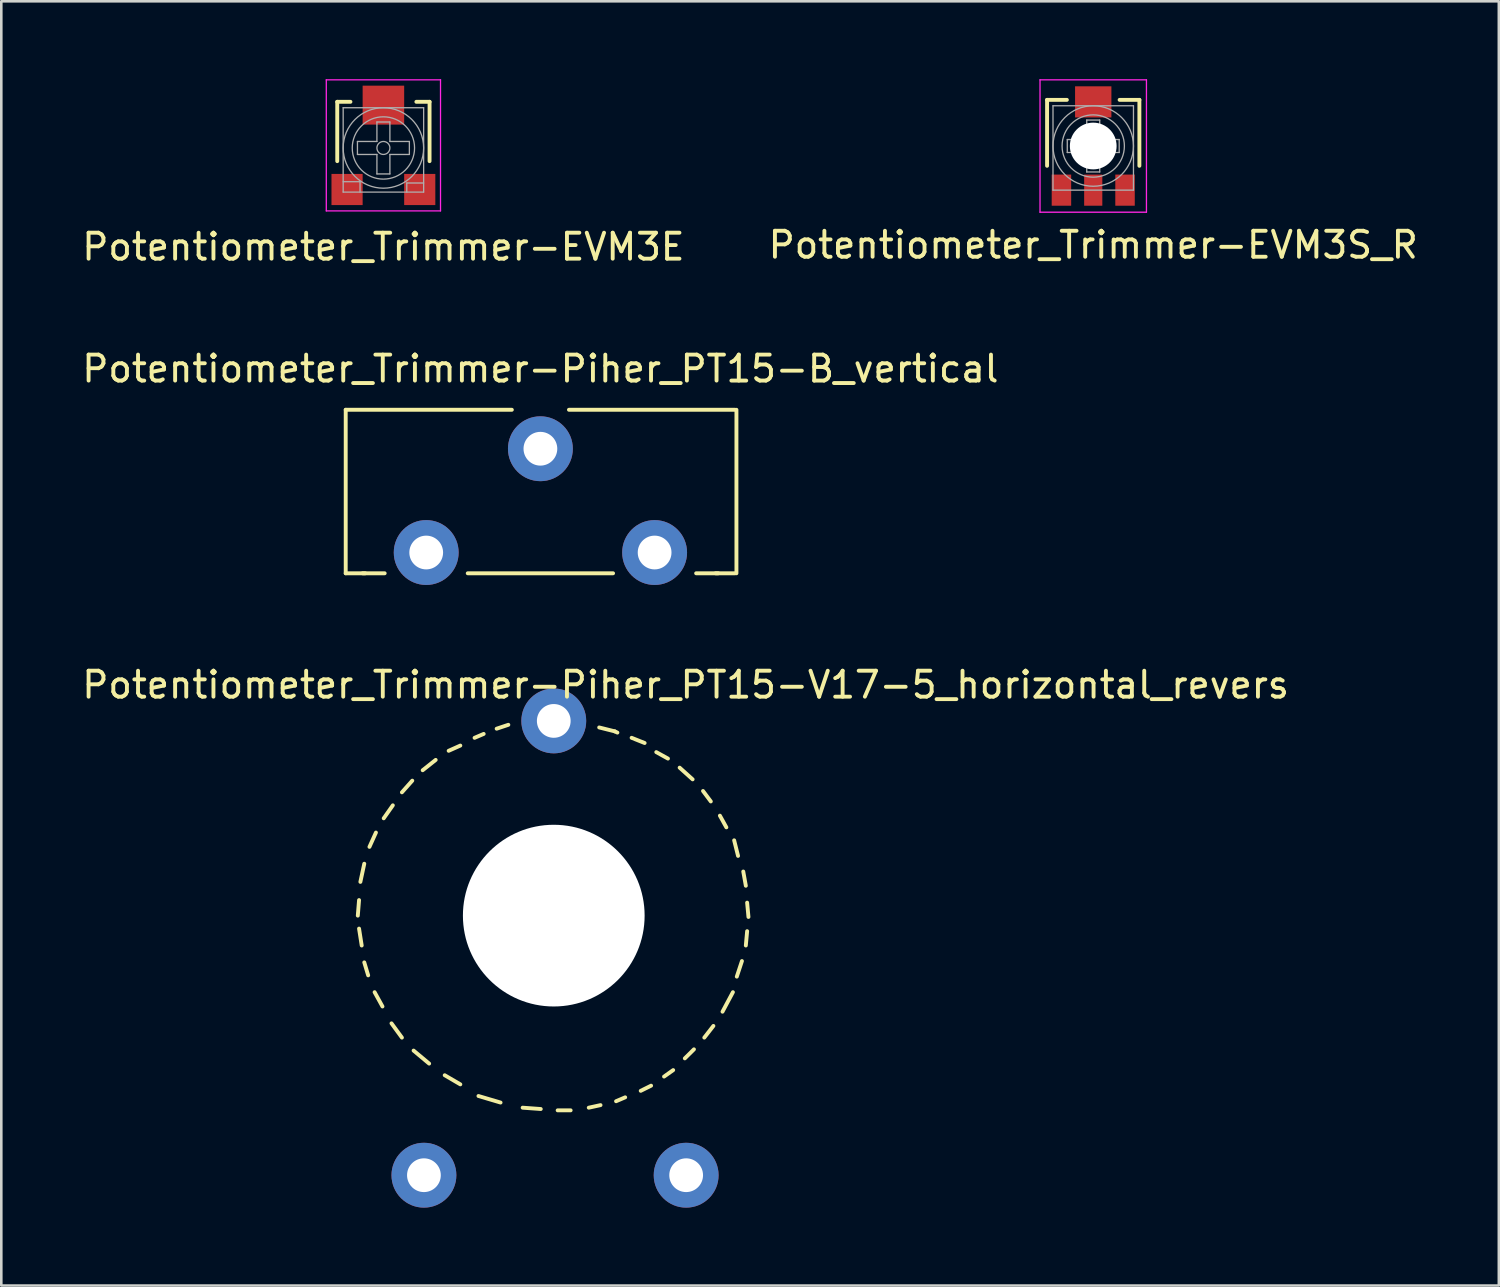
<source format=kicad_pcb>
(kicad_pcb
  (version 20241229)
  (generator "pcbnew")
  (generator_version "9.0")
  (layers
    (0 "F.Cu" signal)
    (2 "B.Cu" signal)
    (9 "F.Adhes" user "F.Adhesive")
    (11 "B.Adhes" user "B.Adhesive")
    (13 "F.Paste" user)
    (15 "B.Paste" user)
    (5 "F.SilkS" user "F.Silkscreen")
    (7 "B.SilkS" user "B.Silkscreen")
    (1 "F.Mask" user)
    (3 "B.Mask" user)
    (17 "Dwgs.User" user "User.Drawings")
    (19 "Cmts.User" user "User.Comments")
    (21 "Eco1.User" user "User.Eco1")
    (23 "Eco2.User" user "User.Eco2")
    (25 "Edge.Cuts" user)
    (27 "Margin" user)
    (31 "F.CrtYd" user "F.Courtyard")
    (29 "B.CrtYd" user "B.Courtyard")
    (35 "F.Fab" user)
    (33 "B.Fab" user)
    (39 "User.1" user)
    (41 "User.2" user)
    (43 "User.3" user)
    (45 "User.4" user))
  (footprint "Potentiometer_Trimmer-Piher_PT15-B_vertical"
    (layer "F.Cu")
    (at 13.369 18.235)
    (property "Reference" "Potentiometer_Trimmer-Piher_PT15-B_vertical" (at 4.399 -7.079 0) (layer "F.SilkS") (effects (font (size 1 1) (thickness 0.15))))
    (attr through_hole)
    (fp_line (start -3.101 -5.499) (end -3.101 0.8) (stroke (width 0.15) (type solid)) (layer "F.SilkS"))
    (fp_line (start -3.101 0.8) (end -2.349 0.8) (stroke (width 0.15) (type solid)) (layer "F.SilkS"))
    (fp_line (start -2.451 0.8) (end -1.6 0.8) (stroke (width 0.15) (type solid)) (layer "F.SilkS"))
    (fp_line (start 3.299 -5.499) (end -3.101 -5.499) (stroke (width 0.15) (type solid)) (layer "F.SilkS"))
    (fp_line (start 7.198 0.8) (end 1.6 0.8) (stroke (width 0.15) (type solid)) (layer "F.SilkS"))
    (fp_line (start 11.148 0.8) (end 11.9 0.8) (stroke (width 0.15) (type solid)) (layer "F.SilkS"))
    (fp_line (start 11.25 0.8) (end 10.399 0.8) (stroke (width 0.15) (type solid)) (layer "F.SilkS"))
    (fp_line (start 11.9 -5.499) (end 5.499 -5.499) (stroke (width 0.15) (type solid)) (layer "F.SilkS"))
    (fp_line (start 11.951 0.8) (end 11.951 -5.499) (stroke (width 0.15) (type solid)) (layer "F.SilkS"))
    (pad "1" thru_hole circle (at 0 0) (size 2.499 2.499) (drill 1.3) (layers "*.Cu" "*.Mask"))
    (pad "2" thru_hole circle (at 4.399 -3.998) (size 2.499 2.499) (drill 1.3) (layers "*.Cu" "*.Mask"))
    (pad "3" thru_hole circle (at 8.799 0) (size 2.499 2.499) (drill 1.3) (layers "*.Cu" "*.Mask")))
  (footprint "Potentiometer_Trimmer-EVM3S_R"
    (layer "F.Cu")
    (at 39.065 2.575)
    (property "Reference" "Potentiometer_Trimmer-EVM3S_R" (at 0 3.81 0) (layer "F.SilkS") (effects (font (size 1 1) (thickness 0.15))))
    (attr smd)
    (fp_line (start -1.778 -1.778) (end -1.016 -1.778) (stroke (width 0.15) (type solid)) (layer "F.SilkS"))
    (fp_line (start -1.778 0.762) (end -1.778 -1.778) (stroke (width 0.15) (type solid)) (layer "F.SilkS"))
    (fp_line (start 1.016 -1.778) (end 1.778 -1.778) (stroke (width 0.15) (type solid)) (layer "F.SilkS"))
    (fp_line (start 1.778 -1.778) (end 1.778 0.762) (stroke (width 0.15) (type solid)) (layer "F.SilkS"))
    (fp_line (start -2.05 -2.55) (end 2.05 -2.55) (stroke (width 0.05) (type solid)) (layer "F.CrtYd"))
    (fp_line (start -2.05 2.55) (end -2.05 -2.55) (stroke (width 0.05) (type solid)) (layer "F.CrtYd"))
    (fp_line (start 2.05 -2.55) (end 2.05 2.55) (stroke (width 0.05) (type solid)) (layer "F.CrtYd"))
    (fp_line (start 2.05 2.55) (end -2.05 2.55) (stroke (width 0.05) (type solid)) (layer "F.CrtYd"))
    (fp_line (start -1.55 -1.55) (end 1.55 -1.55) (stroke (width 0.05) (type solid)) (layer "F.Fab"))
    (fp_line (start -1.55 1.7) (end -1.55 -1.55) (stroke (width 0.05) (type solid)) (layer "F.Fab"))
    (fp_line (start -1 -0.25) (end -0.25 -0.25) (stroke (width 0.05) (type solid)) (layer "F.Fab"))
    (fp_line (start -1 0.25) (end -1 -0.25) (stroke (width 0.05) (type solid)) (layer "F.Fab"))
    (fp_line (start -0.25 -1) (end 0.25 -1) (stroke (width 0.05) (type solid)) (layer "F.Fab"))
    (fp_line (start -0.25 -0.25) (end -0.25 -1) (stroke (width 0.05) (type solid)) (layer "F.Fab"))
    (fp_line (start -0.25 0.25) (end -1 0.25) (stroke (width 0.05) (type solid)) (layer "F.Fab"))
    (fp_line (start -0.25 1) (end -0.25 0.25) (stroke (width 0.05) (type solid)) (layer "F.Fab"))
    (fp_line (start 0.25 -1) (end 0.25 -0.25) (stroke (width 0.05) (type solid)) (layer "F.Fab"))
    (fp_line (start 0.25 -0.25) (end 1 -0.25) (stroke (width 0.05) (type solid)) (layer "F.Fab"))
    (fp_line (start 0.25 0.25) (end 0.25 1) (stroke (width 0.05) (type solid)) (layer "F.Fab"))
    (fp_line (start 0.25 1) (end -0.25 1) (stroke (width 0.05) (type solid)) (layer "F.Fab"))
    (fp_line (start 1 -0.25) (end 1 0.25) (stroke (width 0.05) (type solid)) (layer "F.Fab"))
    (fp_line (start 1 0.25) (end 0.25 0.25) (stroke (width 0.05) (type solid)) (layer "F.Fab"))
    (fp_line (start 1.55 -1.55) (end 1.55 1.7) (stroke (width 0.05) (type solid)) (layer "F.Fab"))
    (fp_line (start 1.55 1.7) (end -1.55 1.7) (stroke (width 0.05) (type solid)) (layer "F.Fab"))
    (fp_circle (center 0 0) (end 0 -1.55) (stroke (width 0.05) (type solid)) (fill no) (layer "F.Fab"))
    (fp_circle (center 0 0) (end 0 -1.2) (stroke (width 0.05) (type solid)) (fill no) (layer "F.Fab"))
    (fp_circle (center 0 0) (end 0 -0.25) (stroke (width 0.05) (type solid)) (fill no) (layer "F.Fab"))
    (pad "" smd rect (at 0 -1.7) (size 1.4 1.2) (layers "F.Cu" "F.Mask" "F.Paste"))
    (pad "" np_thru_hole circle (at 0 0) (size 1.8 1.8) (drill 1.8) (layers "*.Cu" "*.Mask"))
    (pad "1" smd rect (at -1.225 1.7) (size 0.75 1.2) (layers "F.Cu" "F.Mask" "F.Paste"))
    (pad "2" smd rect (at 0 1.7) (size 0.7 1.2) (layers "F.Cu" "F.Mask" "F.Paste"))
    (pad "3" smd rect (at 1.225 1.7) (size 0.75 1.2) (layers "F.Cu" "F.Mask" "F.Paste")))
  (footprint "Potentiometer_Trimmer-EVM3E"
    (layer "F.Cu")
    (at 11.72 2.625)
    (property "Reference" "Potentiometer_Trimmer-EVM3E" (at 0 3.835 0) (layer "F.SilkS") (effects (font (size 1 1) (thickness 0.15))))
    (attr smd)
    (fp_line (start -1.778 -1.753) (end -1.27 -1.753) (stroke (width 0.15) (type solid)) (layer "F.SilkS"))
    (fp_line (start -1.778 0.533) (end -1.778 -1.753) (stroke (width 0.15) (type solid)) (layer "F.SilkS"))
    (fp_line (start 1.27 -1.753) (end 1.778 -1.753) (stroke (width 0.15) (type solid)) (layer "F.SilkS"))
    (fp_line (start 1.778 -1.753) (end 1.778 0.533) (stroke (width 0.15) (type solid)) (layer "F.SilkS"))
    (fp_line (start -2.2 -2.6) (end 2.2 -2.6) (stroke (width 0.05) (type solid)) (layer "F.CrtYd"))
    (fp_line (start -2.2 2.45) (end -2.2 -2.6) (stroke (width 0.05) (type solid)) (layer "F.CrtYd"))
    (fp_line (start 2.2 -2.6) (end 2.2 2.45) (stroke (width 0.05) (type solid)) (layer "F.CrtYd"))
    (fp_line (start 2.2 2.45) (end -2.2 2.45) (stroke (width 0.05) (type solid)) (layer "F.CrtYd"))
    (fp_line (start -1.55 -1.525) (end 1.55 -1.525) (stroke (width 0.05) (type solid)) (layer "F.Fab"))
    (fp_line (start -1.55 1.325) (end -0.9 1.325) (stroke (width 0.05) (type solid)) (layer "F.Fab"))
    (fp_line (start -1.55 1.725) (end -1.55 -1.525) (stroke (width 0.05) (type solid)) (layer "F.Fab"))
    (fp_line (start -1 -0.225) (end -0.25 -0.225) (stroke (width 0.05) (type solid)) (layer "F.Fab"))
    (fp_line (start -1 0.275) (end -1 -0.225) (stroke (width 0.05) (type solid)) (layer "F.Fab"))
    (fp_line (start -0.9 1.325) (end -0.9 1.725) (stroke (width 0.05) (type solid)) (layer "F.Fab"))
    (fp_line (start -0.25 -0.975) (end 0.25 -0.975) (stroke (width 0.05) (type solid)) (layer "F.Fab"))
    (fp_line (start -0.25 -0.225) (end -0.25 -0.975) (stroke (width 0.05) (type solid)) (layer "F.Fab"))
    (fp_line (start -0.25 0.275) (end -1 0.275) (stroke (width 0.05) (type solid)) (layer "F.Fab"))
    (fp_line (start -0.25 1.025) (end -0.25 0.275) (stroke (width 0.05) (type solid)) (layer "F.Fab"))
    (fp_line (start 0.25 -0.975) (end 0.25 -0.225) (stroke (width 0.05) (type solid)) (layer "F.Fab"))
    (fp_line (start 0.25 -0.225) (end 1 -0.225) (stroke (width 0.05) (type solid)) (layer "F.Fab"))
    (fp_line (start 0.25 0.275) (end 0.25 1.025) (stroke (width 0.05) (type solid)) (layer "F.Fab"))
    (fp_line (start 0.25 1.025) (end -0.25 1.025) (stroke (width 0.05) (type solid)) (layer "F.Fab"))
    (fp_line (start 0.9 1.375) (end 0.9 1.725) (stroke (width 0.05) (type solid)) (layer "F.Fab"))
    (fp_line (start 1 -0.225) (end 1 0.275) (stroke (width 0.05) (type solid)) (layer "F.Fab"))
    (fp_line (start 1 0.275) (end 0.25 0.275) (stroke (width 0.05) (type solid)) (layer "F.Fab"))
    (fp_line (start 1.55 -1.525) (end 1.55 1.725) (stroke (width 0.05) (type solid)) (layer "F.Fab"))
    (fp_line (start 1.55 1.375) (end 0.9 1.375) (stroke (width 0.05) (type solid)) (layer "F.Fab"))
    (fp_line (start 1.55 1.725) (end -1.55 1.725) (stroke (width 0.05) (type solid)) (layer "F.Fab"))
    (fp_circle (center 0 0.025) (end 0 -1.525) (stroke (width 0.05) (type solid)) (fill no) (layer "F.Fab"))
    (fp_circle (center 0 0.025) (end 0 -1.175) (stroke (width 0.05) (type solid)) (fill no) (layer "F.Fab"))
    (fp_circle (center 0 0.025) (end 0 -0.225) (stroke (width 0.05) (type solid)) (fill no) (layer "F.Fab"))
    (pad "1" smd rect (at -1.4 1.625) (size 1.2 1.2) (layers "F.Cu" "F.Mask" "F.Paste"))
    (pad "2" smd rect (at 0 -1.625) (size 1.6 1.5) (layers "F.Cu" "F.Mask" "F.Paste"))
    (pad "3" smd rect (at 1.4 1.625) (size 1.2 1.2) (layers "F.Cu" "F.Mask" "F.Paste")))
  (footprint "Potentiometer_Trimmer-Piher_PT15-V17-5_horizontal_revers"
    (layer "F.Cu")
    (at 23.383 42.223)
    (property "Reference" "Potentiometer_Trimmer-Piher_PT15-V17-5_horizontal_revers" (at -0.02 -18.89 0) (layer "F.SilkS") (effects (font (size 1 1) (thickness 0.15))))
    (attr through_hole)
    (fp_line (start -12.649 -10) (end -12.601 -10.599) (stroke (width 0.15) (type solid)) (layer "F.SilkS"))
    (fp_line (start -12.55 -11.3) (end -12.4 -11.999) (stroke (width 0.15) (type solid)) (layer "F.SilkS"))
    (fp_line (start -12.499 -8.849) (end -12.601 -9.5) (stroke (width 0.15) (type solid)) (layer "F.SilkS"))
    (fp_line (start -12.25 -7.699) (end -12.4 -8.199) (stroke (width 0.15) (type solid)) (layer "F.SilkS"))
    (fp_line (start -12.2 -12.649) (end -11.951 -13.2) (stroke (width 0.15) (type solid)) (layer "F.SilkS"))
    (fp_line (start -11.699 -6.5) (end -12.002 -7.051) (stroke (width 0.15) (type solid)) (layer "F.SilkS"))
    (fp_line (start -11.651 -13.749) (end -11.3 -14.249) (stroke (width 0.15) (type solid)) (layer "F.SilkS"))
    (fp_line (start -10.95 -14.75) (end -10.551 -15.199) (stroke (width 0.15) (type solid)) (layer "F.SilkS"))
    (fp_line (start -10.95 -5.301) (end -11.351 -5.85) (stroke (width 0.15) (type solid)) (layer "F.SilkS"))
    (fp_line (start -10.15 -15.601) (end -9.649 -15.999) (stroke (width 0.15) (type solid)) (layer "F.SilkS"))
    (fp_line (start -9.901 -4.3) (end -10.5 -4.801) (stroke (width 0.15) (type solid)) (layer "F.SilkS"))
    (fp_line (start -9.149 -16.35) (end -8.7 -16.551) (stroke (width 0.15) (type solid)) (layer "F.SilkS"))
    (fp_line (start -8.7 -3.5) (end -9.301 -3.851) (stroke (width 0.15) (type solid)) (layer "F.SilkS"))
    (fp_line (start -8.151 -16.85) (end -7.8 -17) (stroke (width 0.15) (type solid)) (layer "F.SilkS"))
    (fp_line (start -7.3 -17.201) (end -6.85 -17.351) (stroke (width 0.15) (type solid)) (layer "F.SilkS"))
    (fp_line (start -7.15 -2.799) (end -8.001 -3.051) (stroke (width 0.15) (type solid)) (layer "F.SilkS"))
    (fp_line (start -6.101 -10) (end -5.85 -10) (stroke (width 0.15) (type solid)) (layer "F.SilkS"))
    (fp_line (start -5.601 -2.55) (end -6.299 -2.601) (stroke (width 0.15) (type solid)) (layer "F.SilkS"))
    (fp_line (start -5.4 -10) (end -4.801 -10) (stroke (width 0.15) (type solid)) (layer "F.SilkS"))
    (fp_line (start -5.151 -11.001) (end -5.1 -10.599) (stroke (width 0.15) (type solid)) (layer "F.SilkS"))
    (fp_line (start -5.1 -9.55) (end -5.1 -8.999) (stroke (width 0.15) (type solid)) (layer "F.SilkS"))
    (fp_line (start -4.45 -2.499) (end -4.95 -2.499) (stroke (width 0.15) (type solid)) (layer "F.SilkS"))
    (fp_line (start -4.399 -10) (end -4.1 -10) (stroke (width 0.15) (type solid)) (layer "F.SilkS"))
    (fp_line (start -3.35 -17.249) (end -2.751 -17.099) (stroke (width 0.15) (type solid)) (layer "F.SilkS"))
    (fp_line (start -3.299 -2.7) (end -3.752 -2.601) (stroke (width 0.15) (type solid)) (layer "F.SilkS"))
    (fp_line (start -2.751 -17.099) (end -2.649 -17.051) (stroke (width 0.15) (type solid)) (layer "F.SilkS"))
    (fp_line (start -2.349 -3) (end -2.7 -2.85) (stroke (width 0.15) (type solid)) (layer "F.SilkS"))
    (fp_line (start -2.101 -16.85) (end -1.6 -16.65) (stroke (width 0.15) (type solid)) (layer "F.SilkS"))
    (fp_line (start -1.351 -3.449) (end -1.75 -3.251) (stroke (width 0.15) (type solid)) (layer "F.SilkS"))
    (fp_line (start -1.151 -16.299) (end -0.701 -16.05) (stroke (width 0.15) (type solid)) (layer "F.SilkS"))
    (fp_line (start -0.5 -4.049) (end -0.851 -3.8) (stroke (width 0.15) (type solid)) (layer "F.SilkS"))
    (fp_line (start -0.251 -15.7) (end 0.249 -15.25) (stroke (width 0.15) (type solid)) (layer "F.SilkS"))
    (fp_line (start 0.3 -4.849) (end -0.051 -4.501) (stroke (width 0.15) (type solid)) (layer "F.SilkS"))
    (fp_line (start 0.65 -14.801) (end 0.95 -14.399) (stroke (width 0.15) (type solid)) (layer "F.SilkS"))
    (fp_line (start 1.049 -5.751) (end 0.699 -5.301) (stroke (width 0.15) (type solid)) (layer "F.SilkS"))
    (fp_line (start 1.3 -13.851) (end 1.549 -13.401) (stroke (width 0.15) (type solid)) (layer "F.SilkS"))
    (fp_line (start 1.801 -7.051) (end 1.4 -6.299) (stroke (width 0.15) (type solid)) (layer "F.SilkS"))
    (fp_line (start 1.849 -12.901) (end 1.999 -12.301) (stroke (width 0.15) (type solid)) (layer "F.SilkS"))
    (fp_line (start 2.149 -8.25) (end 1.951 -7.65) (stroke (width 0.15) (type solid)) (layer "F.SilkS"))
    (fp_line (start 2.2 -11.699) (end 2.299 -11.151) (stroke (width 0.15) (type solid)) (layer "F.SilkS"))
    (fp_line (start 2.349 -10.5) (end 2.4 -9.949) (stroke (width 0.15) (type solid)) (layer "F.SilkS"))
    (fp_line (start 2.349 -9.401) (end 2.299 -8.849) (stroke (width 0.15) (type solid)) (layer "F.SilkS"))
    (pad "" np_thru_hole circle (at -5.1 -10) (size 7 7) (drill 7) (layers "*.Cu" "*.Mask"))
    (pad "1" thru_hole circle (at 0 0) (size 2.499 2.499) (drill 1.3) (layers "*.Cu" "*.Mask"))
    (pad "2" thru_hole circle (at -5.1 -17.501) (size 2.499 2.499) (drill 1.3) (layers "*.Cu" "*.Mask"))
    (pad "3" thru_hole circle (at -10.102 0) (size 2.499 2.499) (drill 1.3) (layers "*.Cu" "*.Mask")))
  (gr_rect
    (start -3 -3)
    (end 54.69 46.473)
    (stroke (width 0.1) (type default))
    (fill no)
    (layer "Edge.Cuts")))
</source>
